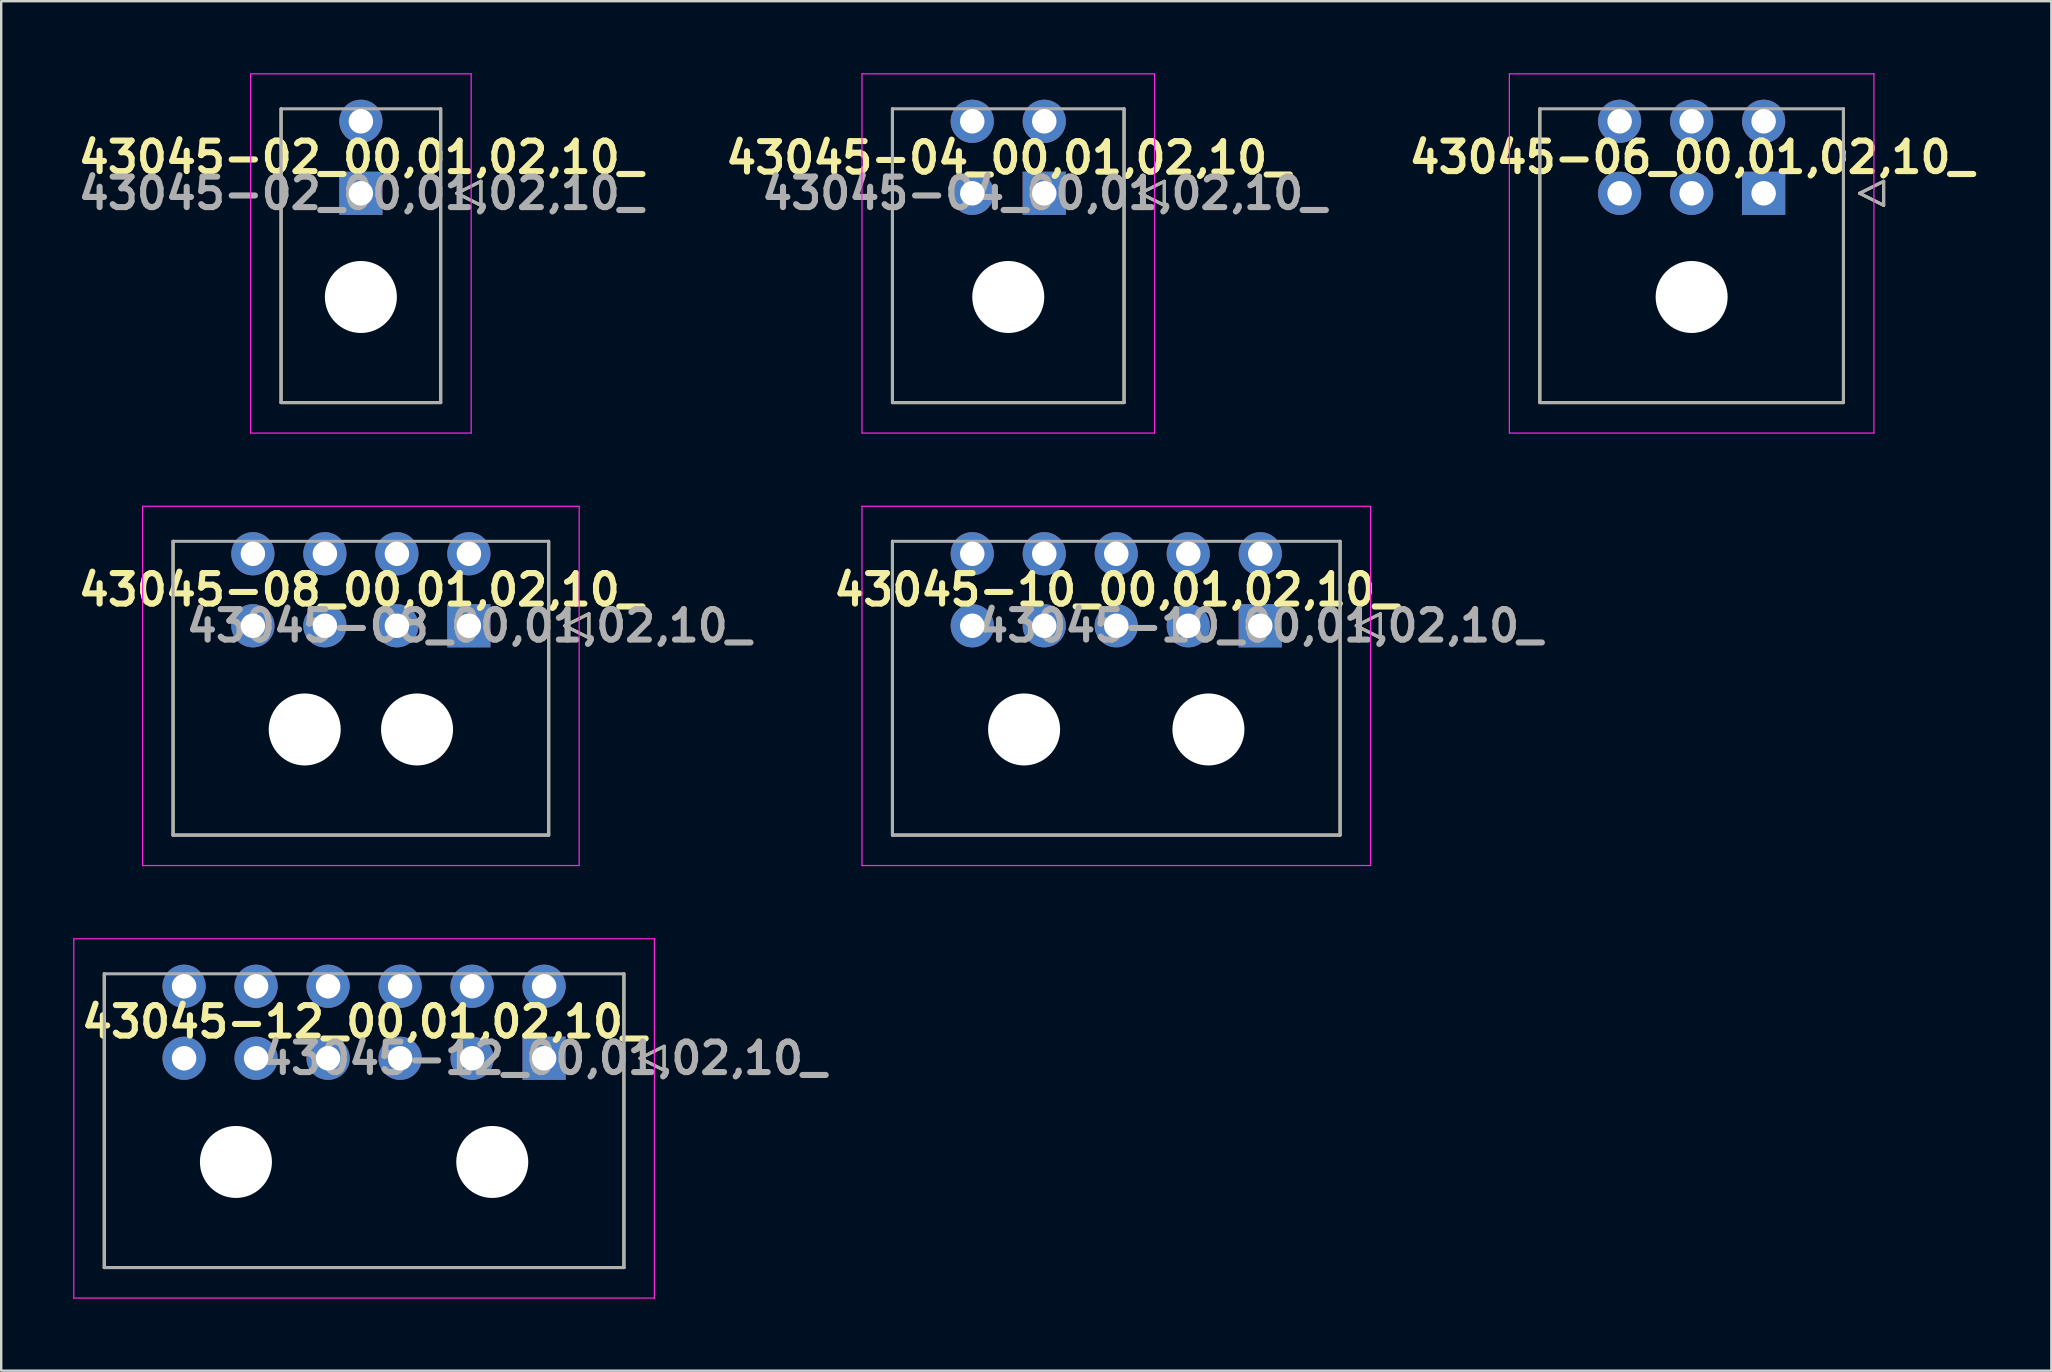
<source format=kicad_pcb>
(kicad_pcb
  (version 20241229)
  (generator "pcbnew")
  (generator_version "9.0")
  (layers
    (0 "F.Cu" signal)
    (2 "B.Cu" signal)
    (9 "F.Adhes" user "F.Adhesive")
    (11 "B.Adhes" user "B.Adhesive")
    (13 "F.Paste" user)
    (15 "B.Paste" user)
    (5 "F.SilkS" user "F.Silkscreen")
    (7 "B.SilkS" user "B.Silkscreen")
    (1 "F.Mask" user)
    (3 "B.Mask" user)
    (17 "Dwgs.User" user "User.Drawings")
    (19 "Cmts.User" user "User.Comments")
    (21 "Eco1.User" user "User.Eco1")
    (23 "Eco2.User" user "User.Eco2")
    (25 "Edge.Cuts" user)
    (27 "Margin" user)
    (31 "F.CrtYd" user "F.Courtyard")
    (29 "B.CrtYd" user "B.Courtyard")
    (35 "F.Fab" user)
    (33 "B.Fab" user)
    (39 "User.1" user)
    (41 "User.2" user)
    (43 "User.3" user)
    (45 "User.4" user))
  (footprint "43045-02_00,01,02,10_"
    (layer "F.Cu")
    (at 11.986 3.504)
    (property "Reference" "43045-02_00,01,02,10_" (at 0 0 0) (layer "F.SilkS") (effects (font (size 1.27 1.27) (thickness 0.254))))
    (attr through_hole)
    (fp_line (start -3.325 10.22) (end -3.325 -2.02) (stroke (width 0.127) (type solid)) (layer "F.SilkS"))
    (fp_line (start 3.325 -2.02) (end 3.325 10.22) (stroke (width 0.127) (type solid)) (layer "F.SilkS"))
    (fp_line (start 3.325 10.22) (end -3.325 10.22) (stroke (width 0.127) (type solid)) (layer "F.SilkS"))
    (fp_line (start 4 1.5) (end 5 1) (stroke (width 0.127) (type solid)) (layer "F.SilkS"))
    (fp_line (start 5 1) (end 5 2) (stroke (width 0.127) (type solid)) (layer "F.SilkS"))
    (fp_line (start 5 2) (end 4 1.5) (stroke (width 0.127) (type solid)) (layer "F.SilkS"))
    (fp_line (start -4.595 -3.479) (end 4.595 -3.479) (stroke (width 0.05) (type solid)) (layer "F.CrtYd"))
    (fp_line (start -4.595 11.49) (end -4.595 -3.479) (stroke (width 0.05) (type solid)) (layer "F.CrtYd"))
    (fp_line (start 4.595 -3.479) (end 4.595 11.49) (stroke (width 0.05) (type solid)) (layer "F.CrtYd"))
    (fp_line (start 4.595 11.49) (end -4.595 11.49) (stroke (width 0.05) (type solid)) (layer "F.CrtYd"))
    (fp_line (start -3.325 -2.02) (end 3.325 -2.02) (stroke (width 0.127) (type solid)) (layer "F.Fab"))
    (fp_line (start -3.325 10.22) (end -3.325 -2.02) (stroke (width 0.127) (type solid)) (layer "F.Fab"))
    (fp_line (start 3.325 -2.02) (end 3.325 10.22) (stroke (width 0.127) (type solid)) (layer "F.Fab"))
    (fp_line (start 3.325 10.22) (end -3.325 10.22) (stroke (width 0.127) (type solid)) (layer "F.Fab"))
    (fp_line (start 4 1.5) (end 5 1) (stroke (width 0.127) (type solid)) (layer "F.Fab"))
    (fp_line (start 5 1) (end 5 2) (stroke (width 0.127) (type solid)) (layer "F.Fab"))
    (fp_line (start 5 2) (end 4 1.5) (stroke (width 0.127) (type solid)) (layer "F.Fab"))
    (fp_text user "${REFERENCE}" (at 0 1.5 0) (layer "F.Fab") (effects (font (size 1.27 1.27) (thickness 0.254))))
    (pad "" np_thru_hole circle (at 0 5.82) (size 3 3) (drill 3) (layers "*.Cu" "*.Mask"))
    (pad "1" thru_hole rect (at 0 1.5) (size 1.8 1.8) (drill 1.02) (layers "*.Cu" "*.Mask"))
    (pad "2" thru_hole circle (at 0 -1.5) (size 1.8 1.8) (drill 1.02) (layers "*.Cu" "*.Mask")))
  (footprint "43045-04_00,01,02,10_"
    (layer "F.Cu")
    (at 38.959 3.525)
    (property "Reference" "43045-04_00,01,02,10_" (at 0 0 0) (layer "F.SilkS") (effects (font (size 1.27 1.27) (thickness 0.254))))
    (attr through_hole)
    (fp_line (start -4.825 10.199) (end -4.825 -2.041) (stroke (width 0.127) (type solid)) (layer "F.SilkS"))
    (fp_line (start 4.825 -2.041) (end 4.825 10.199) (stroke (width 0.127) (type solid)) (layer "F.SilkS"))
    (fp_line (start 4.825 10.199) (end -4.825 10.199) (stroke (width 0.127) (type solid)) (layer "F.SilkS"))
    (fp_line (start 5.5 1.479) (end 6.5 0.979) (stroke (width 0.127) (type solid)) (layer "F.SilkS"))
    (fp_line (start 6.5 0.979) (end 6.5 1.979) (stroke (width 0.127) (type solid)) (layer "F.SilkS"))
    (fp_line (start 6.5 1.979) (end 5.5 1.479) (stroke (width 0.127) (type solid)) (layer "F.SilkS"))
    (fp_line (start -6.095 -3.5) (end 6.095 -3.5) (stroke (width 0.05) (type solid)) (layer "F.CrtYd"))
    (fp_line (start -6.095 11.469) (end -6.095 -3.5) (stroke (width 0.05) (type solid)) (layer "F.CrtYd"))
    (fp_line (start 6.095 -3.5) (end 6.095 11.469) (stroke (width 0.05) (type solid)) (layer "F.CrtYd"))
    (fp_line (start 6.095 11.469) (end -6.095 11.469) (stroke (width 0.05) (type solid)) (layer "F.CrtYd"))
    (fp_line (start -4.825 -2.041) (end 4.825 -2.041) (stroke (width 0.127) (type solid)) (layer "F.Fab"))
    (fp_line (start -4.825 10.199) (end -4.825 -2.041) (stroke (width 0.127) (type solid)) (layer "F.Fab"))
    (fp_line (start 4.825 -2.041) (end 4.825 10.199) (stroke (width 0.127) (type solid)) (layer "F.Fab"))
    (fp_line (start 4.825 10.199) (end -4.825 10.199) (stroke (width 0.127) (type solid)) (layer "F.Fab"))
    (fp_line (start 5.5 1.479) (end 6.5 0.979) (stroke (width 0.127) (type solid)) (layer "F.Fab"))
    (fp_line (start 6.5 0.979) (end 6.5 1.979) (stroke (width 0.127) (type solid)) (layer "F.Fab"))
    (fp_line (start 6.5 1.979) (end 5.5 1.479) (stroke (width 0.127) (type solid)) (layer "F.Fab"))
    (fp_text user "${REFERENCE}" (at 1.5 1.479 0) (layer "F.Fab") (effects (font (size 1.27 1.27) (thickness 0.254))))
    (pad "" np_thru_hole circle (at 0 5.799) (size 3 3) (drill 3) (layers "*.Cu" "*.Mask"))
    (pad "1" thru_hole rect (at 1.5 1.479) (size 1.8 1.8) (drill 1.02) (layers "*.Cu" "*.Mask"))
    (pad "2" thru_hole circle (at -1.5 1.479) (size 1.8 1.8) (drill 1.02) (layers "*.Cu" "*.Mask"))
    (pad "3" thru_hole circle (at 1.5 -1.521) (size 1.8 1.8) (drill 1.02) (layers "*.Cu" "*.Mask"))
    (pad "4" thru_hole circle (at -1.5 -1.521) (size 1.8 1.8) (drill 1.02) (layers "*.Cu" "*.Mask")))
  (footprint "43045-08_00,01,02,10_"
    (layer "F.Cu")
    (at 11.986 21.523)
    (property "Reference" "43045-08_00,01,02,10_" (at 0 0 0) (layer "F.SilkS") (effects (font (size 1.27 1.27) (thickness 0.254))))
    (attr through_hole)
    (fp_line (start -7.825 10.22) (end -7.825 -2.02) (stroke (width 0.127) (type solid)) (layer "F.SilkS"))
    (fp_line (start 7.825 -2.02) (end 7.825 10.22) (stroke (width 0.127) (type solid)) (layer "F.SilkS"))
    (fp_line (start 7.825 10.22) (end -7.825 10.22) (stroke (width 0.127) (type solid)) (layer "F.SilkS"))
    (fp_line (start 8.5 1.5) (end 9.5 1) (stroke (width 0.127) (type solid)) (layer "F.SilkS"))
    (fp_line (start 9.5 1) (end 9.5 2) (stroke (width 0.127) (type solid)) (layer "F.SilkS"))
    (fp_line (start 9.5 2) (end 8.5 1.5) (stroke (width 0.127) (type solid)) (layer "F.SilkS"))
    (fp_line (start -9.095 -3.479) (end 9.095 -3.479) (stroke (width 0.05) (type solid)) (layer "F.CrtYd"))
    (fp_line (start -9.095 11.49) (end -9.095 -3.479) (stroke (width 0.05) (type solid)) (layer "F.CrtYd"))
    (fp_line (start 9.095 -3.479) (end 9.095 11.49) (stroke (width 0.05) (type solid)) (layer "F.CrtYd"))
    (fp_line (start 9.095 11.49) (end -9.095 11.49) (stroke (width 0.05) (type solid)) (layer "F.CrtYd"))
    (fp_line (start -7.825 -2.02) (end 7.825 -2.02) (stroke (width 0.127) (type solid)) (layer "F.Fab"))
    (fp_line (start -7.825 10.22) (end -7.825 -2.02) (stroke (width 0.127) (type solid)) (layer "F.Fab"))
    (fp_line (start 7.825 -2.02) (end 7.825 10.22) (stroke (width 0.127) (type solid)) (layer "F.Fab"))
    (fp_line (start 7.825 10.22) (end -7.825 10.22) (stroke (width 0.127) (type solid)) (layer "F.Fab"))
    (fp_line (start 8.5 1.5) (end 9.5 1) (stroke (width 0.127) (type solid)) (layer "F.Fab"))
    (fp_line (start 9.5 1) (end 9.5 2) (stroke (width 0.127) (type solid)) (layer "F.Fab"))
    (fp_line (start 9.5 2) (end 8.5 1.5) (stroke (width 0.127) (type solid)) (layer "F.Fab"))
    (fp_text user "${REFERENCE}" (at 4.5 1.5 0) (layer "F.Fab") (effects (font (size 1.27 1.27) (thickness 0.254))))
    (pad "" np_thru_hole circle (at -2.34 5.82) (size 3 3) (drill 3) (layers "*.Cu" "*.Mask"))
    (pad "" np_thru_hole circle (at 2.34 5.82) (size 3 3) (drill 3) (layers "*.Cu" "*.Mask"))
    (pad "1" thru_hole rect (at 4.5 1.5) (size 1.8 1.8) (drill 1.02) (layers "*.Cu" "*.Mask"))
    (pad "2" thru_hole circle (at 1.5 1.5) (size 1.8 1.8) (drill 1.02) (layers "*.Cu" "*.Mask"))
    (pad "3" thru_hole circle (at -1.5 1.5) (size 1.8 1.8) (drill 1.02) (layers "*.Cu" "*.Mask"))
    (pad "4" thru_hole circle (at -4.5 1.5) (size 1.8 1.8) (drill 1.02) (layers "*.Cu" "*.Mask"))
    (pad "5" thru_hole circle (at 4.5 -1.5) (size 1.8 1.8) (drill 1.02) (layers "*.Cu" "*.Mask"))
    (pad "6" thru_hole circle (at 1.5 -1.5) (size 1.8 1.8) (drill 1.02) (layers "*.Cu" "*.Mask"))
    (pad "7" thru_hole circle (at -1.5 -1.5) (size 1.8 1.8) (drill 1.02) (layers "*.Cu" "*.Mask"))
    (pad "8" thru_hole circle (at -4.5 -1.5) (size 1.8 1.8) (drill 1.02) (layers "*.Cu" "*.Mask")))
  (footprint "43045-06_00,01,02,10_"
    (layer "F.Cu")
    (at 67.432 3.504)
    (property "Reference" "43045-06_00,01,02,10_" (at 0 0 0) (layer "F.SilkS") (effects (font (size 1.27 1.27) (thickness 0.254))))
    (attr through_hole)
    (fp_line (start -6.325 10.22) (end -6.325 -2.02) (stroke (width 0.127) (type solid)) (layer "F.SilkS"))
    (fp_line (start 6.325 -2.02) (end 6.325 10.22) (stroke (width 0.127) (type solid)) (layer "F.SilkS"))
    (fp_line (start 6.325 10.22) (end -6.325 10.22) (stroke (width 0.127) (type solid)) (layer "F.SilkS"))
    (fp_line (start 7 1.5) (end 8 1) (stroke (width 0.127) (type solid)) (layer "F.SilkS"))
    (fp_line (start 8 1) (end 8 2) (stroke (width 0.127) (type solid)) (layer "F.SilkS"))
    (fp_line (start 8 2) (end 7 1.5) (stroke (width 0.127) (type solid)) (layer "F.SilkS"))
    (fp_line (start -7.595 -3.479) (end 7.595 -3.479) (stroke (width 0.05) (type solid)) (layer "F.CrtYd"))
    (fp_line (start -7.595 11.49) (end -7.595 -3.479) (stroke (width 0.05) (type solid)) (layer "F.CrtYd"))
    (fp_line (start 7.595 -3.479) (end 7.595 11.49) (stroke (width 0.05) (type solid)) (layer "F.CrtYd"))
    (fp_line (start 7.595 11.49) (end -7.595 11.49) (stroke (width 0.05) (type solid)) (layer "F.CrtYd"))
    (fp_line (start -6.325 -2.02) (end 6.325 -2.02) (stroke (width 0.127) (type solid)) (layer "F.Fab"))
    (fp_line (start -6.325 10.22) (end -6.325 -2.02) (stroke (width 0.127) (type solid)) (layer "F.Fab"))
    (fp_line (start 6.325 -2.02) (end 6.325 10.22) (stroke (width 0.127) (type solid)) (layer "F.Fab"))
    (fp_line (start 6.325 10.22) (end -6.325 10.22) (stroke (width 0.127) (type solid)) (layer "F.Fab"))
    (fp_line (start 7 1.5) (end 8 1) (stroke (width 0.127) (type solid)) (layer "F.Fab"))
    (fp_line (start 8 1) (end 8 2) (stroke (width 0.127) (type solid)) (layer "F.Fab"))
    (fp_line (start 8 2) (end 7 1.5) (stroke (width 0.127) (type solid)) (layer "F.Fab"))
    (pad "" np_thru_hole circle (at 0 5.82) (size 3 3) (drill 3) (layers "*.Cu" "*.Mask"))
    (pad "1" thru_hole rect (at 3 1.5) (size 1.8 1.8) (drill 1.02) (layers "*.Cu" "*.Mask"))
    (pad "2" thru_hole circle (at 0 1.5) (size 1.8 1.8) (drill 1.02) (layers "*.Cu" "*.Mask"))
    (pad "3" thru_hole circle (at -3 1.5) (size 1.8 1.8) (drill 1.02) (layers "*.Cu" "*.Mask"))
    (pad "4" thru_hole circle (at 3 -1.5) (size 1.8 1.8) (drill 1.02) (layers "*.Cu" "*.Mask"))
    (pad "5" thru_hole circle (at 0 -1.5) (size 1.8 1.8) (drill 1.02) (layers "*.Cu" "*.Mask"))
    (pad "6" thru_hole circle (at -3 -1.5) (size 1.8 1.8) (drill 1.02) (layers "*.Cu" "*.Mask")))
  (footprint "43045-10_00,01,02,10_"
    (layer "F.Cu")
    (at 43.459 21.523)
    (property "Reference" "43045-10_00,01,02,10_" (at 0 0 0) (layer "F.SilkS") (effects (font (size 1.27 1.27) (thickness 0.254))))
    (attr through_hole)
    (fp_line (start -9.325 10.22) (end -9.325 -2.02) (stroke (width 0.127) (type solid)) (layer "F.SilkS"))
    (fp_line (start 9.325 -2.02) (end 9.325 10.22) (stroke (width 0.127) (type solid)) (layer "F.SilkS"))
    (fp_line (start 9.325 10.22) (end -9.325 10.22) (stroke (width 0.127) (type solid)) (layer "F.SilkS"))
    (fp_line (start 10 1.5) (end 11 1) (stroke (width 0.127) (type solid)) (layer "F.SilkS"))
    (fp_line (start 11 1) (end 11 2) (stroke (width 0.127) (type solid)) (layer "F.SilkS"))
    (fp_line (start 11 2) (end 10 1.5) (stroke (width 0.127) (type solid)) (layer "F.SilkS"))
    (fp_line (start -10.595 -3.479) (end 10.595 -3.479) (stroke (width 0.05) (type solid)) (layer "F.CrtYd"))
    (fp_line (start -10.595 11.49) (end -10.595 -3.479) (stroke (width 0.05) (type solid)) (layer "F.CrtYd"))
    (fp_line (start 10.595 -3.479) (end 10.595 11.49) (stroke (width 0.05) (type solid)) (layer "F.CrtYd"))
    (fp_line (start 10.595 11.49) (end -10.595 11.49) (stroke (width 0.05) (type solid)) (layer "F.CrtYd"))
    (fp_line (start -9.325 -2.02) (end 9.325 -2.02) (stroke (width 0.127) (type solid)) (layer "F.Fab"))
    (fp_line (start -9.325 10.22) (end -9.325 -2.02) (stroke (width 0.127) (type solid)) (layer "F.Fab"))
    (fp_line (start 9.325 -2.02) (end 9.325 10.22) (stroke (width 0.127) (type solid)) (layer "F.Fab"))
    (fp_line (start 9.325 10.22) (end -9.325 10.22) (stroke (width 0.127) (type solid)) (layer "F.Fab"))
    (fp_line (start 10 1.5) (end 11 1) (stroke (width 0.127) (type solid)) (layer "F.Fab"))
    (fp_line (start 11 1) (end 11 2) (stroke (width 0.127) (type solid)) (layer "F.Fab"))
    (fp_line (start 11 2) (end 10 1.5) (stroke (width 0.127) (type solid)) (layer "F.Fab"))
    (fp_text user "${REFERENCE}" (at 6 1.5 0) (layer "F.Fab") (effects (font (size 1.27 1.27) (thickness 0.254))))
    (pad "" np_thru_hole circle (at -3.84 5.82) (size 3 3) (drill 3) (layers "*.Cu" "*.Mask"))
    (pad "" np_thru_hole circle (at 3.84 5.82) (size 3 3) (drill 3) (layers "*.Cu" "*.Mask"))
    (pad "1" thru_hole rect (at 6 1.5) (size 1.8 1.8) (drill 1.02) (layers "*.Cu" "*.Mask"))
    (pad "2" thru_hole circle (at 3 1.5) (size 1.8 1.8) (drill 1.02) (layers "*.Cu" "*.Mask"))
    (pad "3" thru_hole circle (at 0 1.5) (size 1.8 1.8) (drill 1.02) (layers "*.Cu" "*.Mask"))
    (pad "4" thru_hole circle (at -3 1.5) (size 1.8 1.8) (drill 1.02) (layers "*.Cu" "*.Mask"))
    (pad "5" thru_hole circle (at -6 1.5) (size 1.8 1.8) (drill 1.02) (layers "*.Cu" "*.Mask"))
    (pad "6" thru_hole circle (at 6 -1.5) (size 1.8 1.8) (drill 1.02) (layers "*.Cu" "*.Mask"))
    (pad "7" thru_hole circle (at 3 -1.5) (size 1.8 1.8) (drill 1.02) (layers "*.Cu" "*.Mask"))
    (pad "8" thru_hole circle (at 0 -1.5) (size 1.8 1.8) (drill 1.02) (layers "*.Cu" "*.Mask"))
    (pad "9" thru_hole circle (at -3 -1.5) (size 1.8 1.8) (drill 1.02) (layers "*.Cu" "*.Mask"))
    (pad "10" thru_hole circle (at -6 -1.5) (size 1.8 1.8) (drill 1.02) (layers "*.Cu" "*.Mask")))
  (footprint "43045-12_00,01,02,10_"
    (layer "F.Cu")
    (at 12.12 39.523)
    (property "Reference" "43045-12_00,01,02,10_" (at 0 0 0) (layer "F.SilkS") (effects (font (size 1.27 1.27) (thickness 0.254))))
    (attr through_hole)
    (fp_line (start -10.825 10.24) (end -10.825 -2) (stroke (width 0.127) (type solid)) (layer "F.SilkS"))
    (fp_line (start 10.825 -2) (end 10.825 10.24) (stroke (width 0.127) (type solid)) (layer "F.SilkS"))
    (fp_line (start 10.825 10.24) (end -10.825 10.24) (stroke (width 0.127) (type solid)) (layer "F.SilkS"))
    (fp_line (start 11.5 1.52) (end 12.5 1.02) (stroke (width 0.127) (type solid)) (layer "F.SilkS"))
    (fp_line (start 12.5 1.02) (end 12.5 2.02) (stroke (width 0.127) (type solid)) (layer "F.SilkS"))
    (fp_line (start 12.5 2.02) (end 11.5 1.52) (stroke (width 0.127) (type solid)) (layer "F.SilkS"))
    (fp_line (start -12.095 -3.459) (end 12.095 -3.459) (stroke (width 0.05) (type solid)) (layer "F.CrtYd"))
    (fp_line (start -12.095 11.51) (end -12.095 -3.459) (stroke (width 0.05) (type solid)) (layer "F.CrtYd"))
    (fp_line (start 12.095 -3.459) (end 12.095 11.51) (stroke (width 0.05) (type solid)) (layer "F.CrtYd"))
    (fp_line (start 12.095 11.51) (end -12.095 11.51) (stroke (width 0.05) (type solid)) (layer "F.CrtYd"))
    (fp_line (start -10.825 -2) (end 10.825 -2) (stroke (width 0.127) (type solid)) (layer "F.Fab"))
    (fp_line (start -10.825 10.24) (end -10.825 -2) (stroke (width 0.127) (type solid)) (layer "F.Fab"))
    (fp_line (start 10.825 -2) (end 10.825 10.24) (stroke (width 0.127) (type solid)) (layer "F.Fab"))
    (fp_line (start 10.825 10.24) (end -10.825 10.24) (stroke (width 0.127) (type solid)) (layer "F.Fab"))
    (fp_line (start 11.5 1.52) (end 12.5 1.02) (stroke (width 0.127) (type solid)) (layer "F.Fab"))
    (fp_line (start 12.5 1.02) (end 12.5 2.02) (stroke (width 0.127) (type solid)) (layer "F.Fab"))
    (fp_line (start 12.5 2.02) (end 11.5 1.52) (stroke (width 0.127) (type solid)) (layer "F.Fab"))
    (fp_text user "${REFERENCE}" (at 7.5 1.52 0) (layer "F.Fab") (effects (font (size 1.27 1.27) (thickness 0.254))))
    (pad "" np_thru_hole circle (at -5.34 5.84) (size 3 3) (drill 3) (layers "*.Cu" "*.Mask"))
    (pad "" np_thru_hole circle (at 5.34 5.84) (size 3 3) (drill 3) (layers "*.Cu" "*.Mask"))
    (pad "1" thru_hole rect (at 7.5 1.52) (size 1.8 1.8) (drill 1.02) (layers "*.Cu" "*.Mask"))
    (pad "2" thru_hole circle (at 4.5 1.52) (size 1.8 1.8) (drill 1.02) (layers "*.Cu" "*.Mask"))
    (pad "3" thru_hole circle (at 1.5 1.52) (size 1.8 1.8) (drill 1.02) (layers "*.Cu" "*.Mask"))
    (pad "4" thru_hole circle (at -1.5 1.52) (size 1.8 1.8) (drill 1.02) (layers "*.Cu" "*.Mask"))
    (pad "5" thru_hole circle (at -4.5 1.52) (size 1.8 1.8) (drill 1.02) (layers "*.Cu" "*.Mask"))
    (pad "6" thru_hole circle (at -7.5 1.52) (size 1.8 1.8) (drill 1.02) (layers "*.Cu" "*.Mask"))
    (pad "7" thru_hole circle (at 7.5 -1.48) (size 1.8 1.8) (drill 1.02) (layers "*.Cu" "*.Mask"))
    (pad "8" thru_hole circle (at 4.5 -1.48) (size 1.8 1.8) (drill 1.02) (layers "*.Cu" "*.Mask"))
    (pad "9" thru_hole circle (at 1.5 -1.48) (size 1.8 1.8) (drill 1.02) (layers "*.Cu" "*.Mask"))
    (pad "10" thru_hole circle (at -1.5 -1.48) (size 1.8 1.8) (drill 1.02) (layers "*.Cu" "*.Mask"))
    (pad "11" thru_hole circle (at -4.5 -1.48) (size 1.8 1.8) (drill 1.02) (layers "*.Cu" "*.Mask"))
    (pad "12" thru_hole circle (at -7.5 -1.48) (size 1.8 1.8) (drill 1.02) (layers "*.Cu" "*.Mask")))
  (gr_rect
    (start -3 -3)
    (end 82.418 54.058)
    (stroke (width 0.1) (type default))
    (fill no)
    (layer "Edge.Cuts")))
</source>
